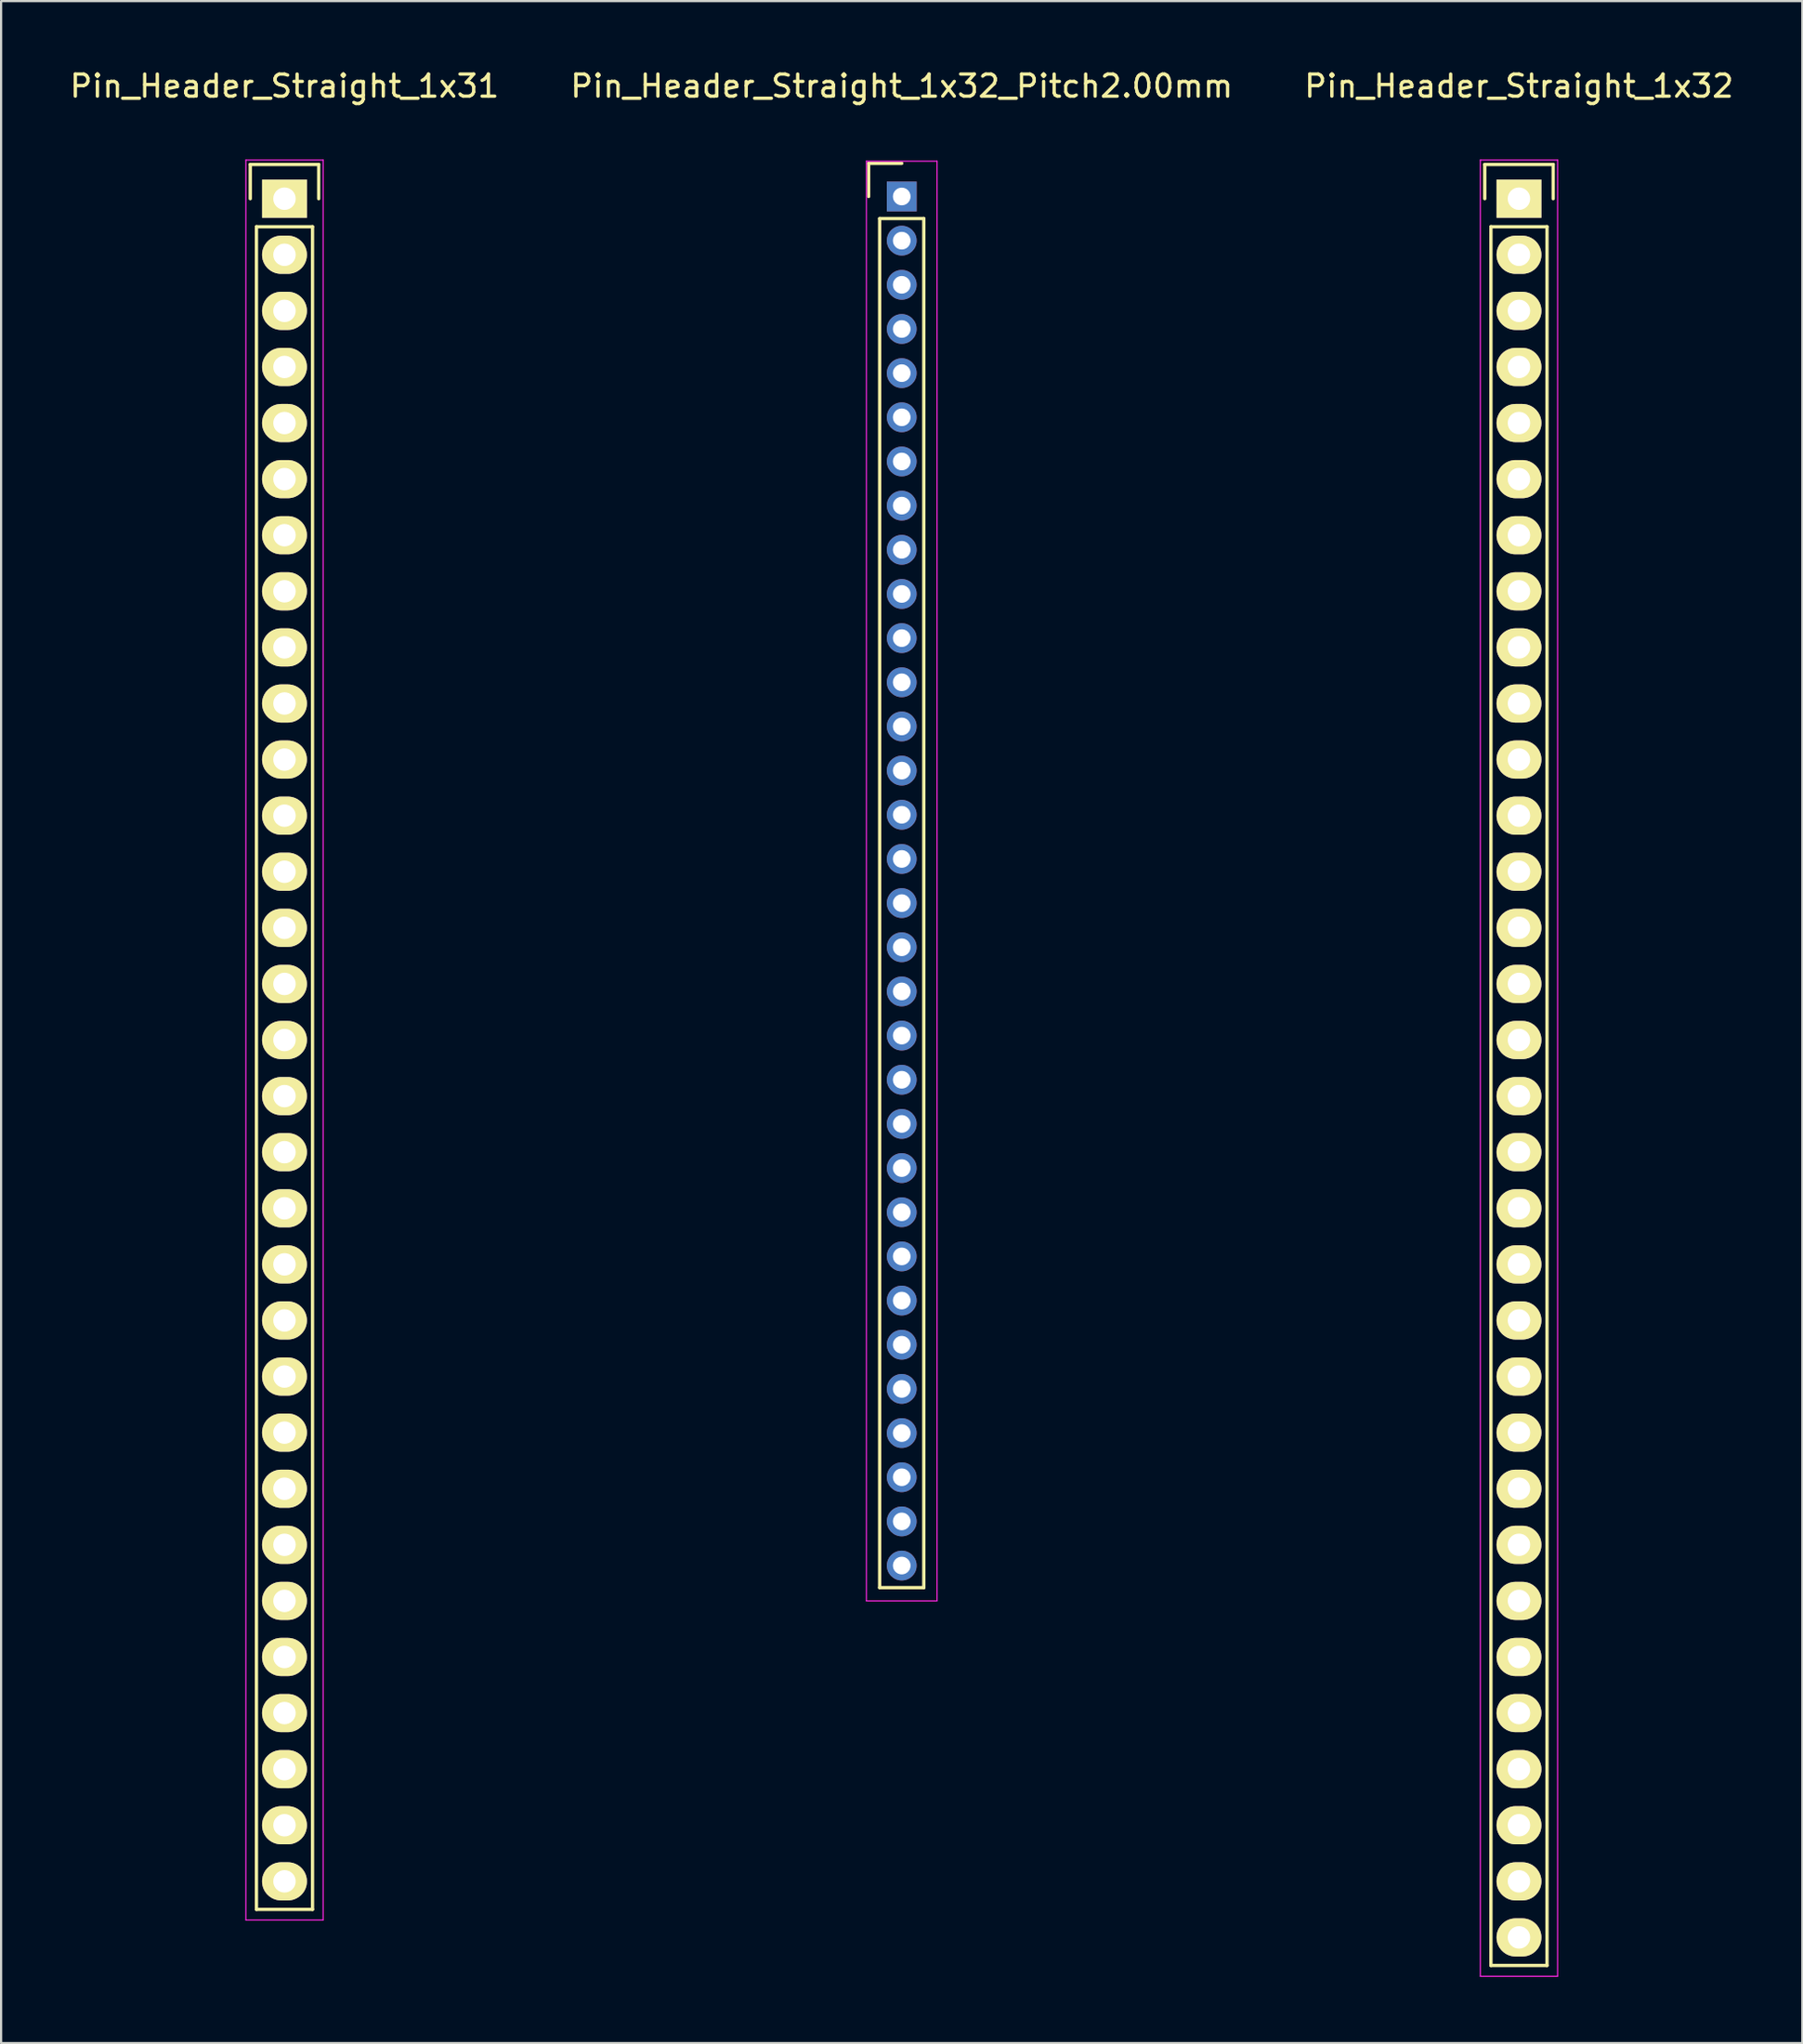
<source format=kicad_pcb>
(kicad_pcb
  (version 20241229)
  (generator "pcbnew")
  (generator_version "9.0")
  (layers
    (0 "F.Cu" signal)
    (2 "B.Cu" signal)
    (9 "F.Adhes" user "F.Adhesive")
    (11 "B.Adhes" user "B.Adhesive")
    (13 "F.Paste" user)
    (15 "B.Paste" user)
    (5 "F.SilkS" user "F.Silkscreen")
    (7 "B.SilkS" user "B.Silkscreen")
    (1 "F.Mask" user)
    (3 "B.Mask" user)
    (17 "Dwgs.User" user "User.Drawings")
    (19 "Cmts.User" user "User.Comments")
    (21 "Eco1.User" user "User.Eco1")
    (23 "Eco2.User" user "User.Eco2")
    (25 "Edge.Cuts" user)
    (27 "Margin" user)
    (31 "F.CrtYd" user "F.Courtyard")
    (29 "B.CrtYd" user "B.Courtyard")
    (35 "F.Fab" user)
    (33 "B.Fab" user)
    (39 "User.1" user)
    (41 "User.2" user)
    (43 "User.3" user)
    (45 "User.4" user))
  (footprint "Pin_Header_Straight_1x31"
    (layer "F.Cu")
    (at 9.839 5.948)
    (property "Reference" "Pin_Header_Straight_1x31" (at 0 -5.1 0) (layer "F.SilkS") (effects (font (size 1 1) (thickness 0.15))))
    (attr through_hole)
    (fp_line (start -1.55 -1.55) (end 1.55 -1.55) (stroke (width 0.15) (type solid)) (layer "F.SilkS"))
    (fp_line (start -1.55 0) (end -1.55 -1.55) (stroke (width 0.15) (type solid)) (layer "F.SilkS"))
    (fp_line (start -1.27 1.27) (end -1.27 77.47) (stroke (width 0.15) (type solid)) (layer "F.SilkS"))
    (fp_line (start -1.27 77.47) (end 1.27 77.47) (stroke (width 0.15) (type solid)) (layer "F.SilkS"))
    (fp_line (start 1.27 1.27) (end -1.27 1.27) (stroke (width 0.15) (type solid)) (layer "F.SilkS"))
    (fp_line (start 1.27 77.47) (end 1.27 1.27) (stroke (width 0.15) (type solid)) (layer "F.SilkS"))
    (fp_line (start 1.55 -1.55) (end 1.55 0) (stroke (width 0.15) (type solid)) (layer "F.SilkS"))
    (fp_line (start -1.75 -1.75) (end -1.75 77.95) (stroke (width 0.05) (type solid)) (layer "F.CrtYd"))
    (fp_line (start -1.75 -1.75) (end 1.75 -1.75) (stroke (width 0.05) (type solid)) (layer "F.CrtYd"))
    (fp_line (start -1.75 77.95) (end 1.75 77.95) (stroke (width 0.05) (type solid)) (layer "F.CrtYd"))
    (fp_line (start 1.75 -1.75) (end 1.75 77.95) (stroke (width 0.05) (type solid)) (layer "F.CrtYd"))
    (pad "1" thru_hole rect (at 0 0) (size 2.032 1.727) (drill 1.016) (layers "*.Cu" "*.Mask" "F.SilkS"))
    (pad "2" thru_hole oval (at 0 2.54) (size 2.032 1.727) (drill 1.016) (layers "*.Cu" "*.Mask" "F.SilkS"))
    (pad "3" thru_hole oval (at 0 5.08) (size 2.032 1.727) (drill 1.016) (layers "*.Cu" "*.Mask" "F.SilkS"))
    (pad "4" thru_hole oval (at 0 7.62) (size 2.032 1.727) (drill 1.016) (layers "*.Cu" "*.Mask" "F.SilkS"))
    (pad "5" thru_hole oval (at 0 10.16) (size 2.032 1.727) (drill 1.016) (layers "*.Cu" "*.Mask" "F.SilkS"))
    (pad "6" thru_hole oval (at 0 12.7) (size 2.032 1.727) (drill 1.016) (layers "*.Cu" "*.Mask" "F.SilkS"))
    (pad "7" thru_hole oval (at 0 15.24) (size 2.032 1.727) (drill 1.016) (layers "*.Cu" "*.Mask" "F.SilkS"))
    (pad "8" thru_hole oval (at 0 17.78) (size 2.032 1.727) (drill 1.016) (layers "*.Cu" "*.Mask" "F.SilkS"))
    (pad "9" thru_hole oval (at 0 20.32) (size 2.032 1.727) (drill 1.016) (layers "*.Cu" "*.Mask" "F.SilkS"))
    (pad "10" thru_hole oval (at 0 22.86) (size 2.032 1.727) (drill 1.016) (layers "*.Cu" "*.Mask" "F.SilkS"))
    (pad "11" thru_hole oval (at 0 25.4) (size 2.032 1.727) (drill 1.016) (layers "*.Cu" "*.Mask" "F.SilkS"))
    (pad "12" thru_hole oval (at 0 27.94) (size 2.032 1.727) (drill 1.016) (layers "*.Cu" "*.Mask" "F.SilkS"))
    (pad "13" thru_hole oval (at 0 30.48) (size 2.032 1.727) (drill 1.016) (layers "*.Cu" "*.Mask" "F.SilkS"))
    (pad "14" thru_hole oval (at 0 33.02) (size 2.032 1.727) (drill 1.016) (layers "*.Cu" "*.Mask" "F.SilkS"))
    (pad "15" thru_hole oval (at 0 35.56) (size 2.032 1.727) (drill 1.016) (layers "*.Cu" "*.Mask" "F.SilkS"))
    (pad "16" thru_hole oval (at 0 38.1) (size 2.032 1.727) (drill 1.016) (layers "*.Cu" "*.Mask" "F.SilkS"))
    (pad "17" thru_hole oval (at 0 40.64) (size 2.032 1.727) (drill 1.016) (layers "*.Cu" "*.Mask" "F.SilkS"))
    (pad "18" thru_hole oval (at 0 43.18) (size 2.032 1.727) (drill 1.016) (layers "*.Cu" "*.Mask" "F.SilkS"))
    (pad "19" thru_hole oval (at 0 45.72) (size 2.032 1.727) (drill 1.016) (layers "*.Cu" "*.Mask" "F.SilkS"))
    (pad "20" thru_hole oval (at 0 48.26) (size 2.032 1.727) (drill 1.016) (layers "*.Cu" "*.Mask" "F.SilkS"))
    (pad "21" thru_hole oval (at 0 50.8) (size 2.032 1.727) (drill 1.016) (layers "*.Cu" "*.Mask" "F.SilkS"))
    (pad "22" thru_hole oval (at 0 53.34) (size 2.032 1.727) (drill 1.016) (layers "*.Cu" "*.Mask" "F.SilkS"))
    (pad "23" thru_hole oval (at 0 55.88) (size 2.032 1.727) (drill 1.016) (layers "*.Cu" "*.Mask" "F.SilkS"))
    (pad "24" thru_hole oval (at 0 58.42) (size 2.032 1.727) (drill 1.016) (layers "*.Cu" "*.Mask" "F.SilkS"))
    (pad "25" thru_hole oval (at 0 60.96) (size 2.032 1.727) (drill 1.016) (layers "*.Cu" "*.Mask" "F.SilkS"))
    (pad "26" thru_hole oval (at 0 63.5) (size 2.032 1.727) (drill 1.016) (layers "*.Cu" "*.Mask" "F.SilkS"))
    (pad "27" thru_hole oval (at 0 66.04) (size 2.032 1.727) (drill 1.016) (layers "*.Cu" "*.Mask" "F.SilkS"))
    (pad "28" thru_hole oval (at 0 68.58) (size 2.032 1.727) (drill 1.016) (layers "*.Cu" "*.Mask" "F.SilkS"))
    (pad "29" thru_hole oval (at 0 71.12) (size 2.032 1.727) (drill 1.016) (layers "*.Cu" "*.Mask" "F.SilkS"))
    (pad "30" thru_hole oval (at 0 73.66) (size 2.032 1.727) (drill 1.016) (layers "*.Cu" "*.Mask" "F.SilkS"))
    (pad "31" thru_hole oval (at 0 76.2) (size 2.032 1.727) (drill 1.016) (layers "*.Cu" "*.Mask" "F.SilkS")))
  (footprint "Pin_Header_Straight_1x32_Pitch2.00mm"
    (layer "F.Cu")
    (at 37.804 5.848)
    (property "Reference" "Pin_Header_Straight_1x32_Pitch2.00mm" (at 0 -5 0) (layer "F.SilkS") (effects (font (size 1 1) (thickness 0.15))))
    (attr through_hole)
    (fp_line (start -1.5 -1.5) (end 0 -1.5) (stroke (width 0.15) (type solid)) (layer "F.SilkS"))
    (fp_line (start -1.5 0) (end -1.5 -1.5) (stroke (width 0.15) (type solid)) (layer "F.SilkS"))
    (fp_line (start -1 1) (end 1 1) (stroke (width 0.15) (type solid)) (layer "F.SilkS"))
    (fp_line (start -1 63) (end -1 1) (stroke (width 0.15) (type solid)) (layer "F.SilkS"))
    (fp_line (start 1 1) (end 1 63) (stroke (width 0.15) (type solid)) (layer "F.SilkS"))
    (fp_line (start 1 63) (end -1 63) (stroke (width 0.15) (type solid)) (layer "F.SilkS"))
    (fp_line (start -1.6 -1.6) (end 1.6 -1.6) (stroke (width 0.05) (type solid)) (layer "F.CrtYd"))
    (fp_line (start -1.6 63.6) (end -1.6 -1.6) (stroke (width 0.05) (type solid)) (layer "F.CrtYd"))
    (fp_line (start 1.6 -1.6) (end 1.6 63.6) (stroke (width 0.05) (type solid)) (layer "F.CrtYd"))
    (fp_line (start 1.6 63.6) (end -1.6 63.6) (stroke (width 0.05) (type solid)) (layer "F.CrtYd"))
    (pad "1" thru_hole rect (at 0 0) (size 1.35 1.35) (drill 0.8) (layers "*.Cu" "*.Mask"))
    (pad "2" thru_hole circle (at 0 2) (size 1.35 1.35) (drill 0.8) (layers "*.Cu" "*.Mask"))
    (pad "3" thru_hole circle (at 0 4) (size 1.35 1.35) (drill 0.8) (layers "*.Cu" "*.Mask"))
    (pad "4" thru_hole circle (at 0 6) (size 1.35 1.35) (drill 0.8) (layers "*.Cu" "*.Mask"))
    (pad "5" thru_hole circle (at 0 8) (size 1.35 1.35) (drill 0.8) (layers "*.Cu" "*.Mask"))
    (pad "6" thru_hole circle (at 0 10) (size 1.35 1.35) (drill 0.8) (layers "*.Cu" "*.Mask"))
    (pad "7" thru_hole circle (at 0 12) (size 1.35 1.35) (drill 0.8) (layers "*.Cu" "*.Mask"))
    (pad "8" thru_hole circle (at 0 14) (size 1.35 1.35) (drill 0.8) (layers "*.Cu" "*.Mask"))
    (pad "9" thru_hole circle (at 0 16) (size 1.35 1.35) (drill 0.8) (layers "*.Cu" "*.Mask"))
    (pad "10" thru_hole circle (at 0 18) (size 1.35 1.35) (drill 0.8) (layers "*.Cu" "*.Mask"))
    (pad "11" thru_hole circle (at 0 20) (size 1.35 1.35) (drill 0.8) (layers "*.Cu" "*.Mask"))
    (pad "12" thru_hole circle (at 0 22) (size 1.35 1.35) (drill 0.8) (layers "*.Cu" "*.Mask"))
    (pad "13" thru_hole circle (at 0 24) (size 1.35 1.35) (drill 0.8) (layers "*.Cu" "*.Mask"))
    (pad "14" thru_hole circle (at 0 26) (size 1.35 1.35) (drill 0.8) (layers "*.Cu" "*.Mask"))
    (pad "15" thru_hole circle (at 0 28) (size 1.35 1.35) (drill 0.8) (layers "*.Cu" "*.Mask"))
    (pad "16" thru_hole circle (at 0 30) (size 1.35 1.35) (drill 0.8) (layers "*.Cu" "*.Mask"))
    (pad "17" thru_hole circle (at 0 32) (size 1.35 1.35) (drill 0.8) (layers "*.Cu" "*.Mask"))
    (pad "18" thru_hole circle (at 0 34) (size 1.35 1.35) (drill 0.8) (layers "*.Cu" "*.Mask"))
    (pad "19" thru_hole circle (at 0 36) (size 1.35 1.35) (drill 0.8) (layers "*.Cu" "*.Mask"))
    (pad "20" thru_hole circle (at 0 38) (size 1.35 1.35) (drill 0.8) (layers "*.Cu" "*.Mask"))
    (pad "21" thru_hole circle (at 0 40) (size 1.35 1.35) (drill 0.8) (layers "*.Cu" "*.Mask"))
    (pad "22" thru_hole circle (at 0 42) (size 1.35 1.35) (drill 0.8) (layers "*.Cu" "*.Mask"))
    (pad "23" thru_hole circle (at 0 44) (size 1.35 1.35) (drill 0.8) (layers "*.Cu" "*.Mask"))
    (pad "24" thru_hole circle (at 0 46) (size 1.35 1.35) (drill 0.8) (layers "*.Cu" "*.Mask"))
    (pad "25" thru_hole circle (at 0 48) (size 1.35 1.35) (drill 0.8) (layers "*.Cu" "*.Mask"))
    (pad "26" thru_hole circle (at 0 50) (size 1.35 1.35) (drill 0.8) (layers "*.Cu" "*.Mask"))
    (pad "27" thru_hole circle (at 0 52) (size 1.35 1.35) (drill 0.8) (layers "*.Cu" "*.Mask"))
    (pad "28" thru_hole circle (at 0 54) (size 1.35 1.35) (drill 0.8) (layers "*.Cu" "*.Mask"))
    (pad "29" thru_hole circle (at 0 56) (size 1.35 1.35) (drill 0.8) (layers "*.Cu" "*.Mask"))
    (pad "30" thru_hole circle (at 0 58) (size 1.35 1.35) (drill 0.8) (layers "*.Cu" "*.Mask"))
    (pad "31" thru_hole circle (at 0 60) (size 1.35 1.35) (drill 0.8) (layers "*.Cu" "*.Mask"))
    (pad "32" thru_hole circle (at 0 62) (size 1.35 1.35) (drill 0.8) (layers "*.Cu" "*.Mask")))
  (footprint "Pin_Header_Straight_1x32"
    (layer "F.Cu")
    (at 65.768 5.948)
    (property "Reference" "Pin_Header_Straight_1x32" (at 0 -5.1 0) (layer "F.SilkS") (effects (font (size 1 1) (thickness 0.15))))
    (attr through_hole)
    (fp_line (start -1.55 -1.55) (end 1.55 -1.55) (stroke (width 0.15) (type solid)) (layer "F.SilkS"))
    (fp_line (start -1.55 0) (end -1.55 -1.55) (stroke (width 0.15) (type solid)) (layer "F.SilkS"))
    (fp_line (start -1.27 1.27) (end -1.27 80.01) (stroke (width 0.15) (type solid)) (layer "F.SilkS"))
    (fp_line (start -1.27 80.01) (end 1.27 80.01) (stroke (width 0.15) (type solid)) (layer "F.SilkS"))
    (fp_line (start 1.27 1.27) (end -1.27 1.27) (stroke (width 0.15) (type solid)) (layer "F.SilkS"))
    (fp_line (start 1.27 80.01) (end 1.27 1.27) (stroke (width 0.15) (type solid)) (layer "F.SilkS"))
    (fp_line (start 1.55 -1.55) (end 1.55 0) (stroke (width 0.15) (type solid)) (layer "F.SilkS"))
    (fp_line (start -1.75 -1.75) (end -1.75 80.5) (stroke (width 0.05) (type solid)) (layer "F.CrtYd"))
    (fp_line (start -1.75 -1.75) (end 1.75 -1.75) (stroke (width 0.05) (type solid)) (layer "F.CrtYd"))
    (fp_line (start -1.75 80.5) (end 1.75 80.5) (stroke (width 0.05) (type solid)) (layer "F.CrtYd"))
    (fp_line (start 1.75 -1.75) (end 1.75 80.5) (stroke (width 0.05) (type solid)) (layer "F.CrtYd"))
    (pad "1" thru_hole rect (at 0 0) (size 2.032 1.727) (drill 1.016) (layers "*.Cu" "*.Mask" "F.SilkS"))
    (pad "2" thru_hole oval (at 0 2.54) (size 2.032 1.727) (drill 1.016) (layers "*.Cu" "*.Mask" "F.SilkS"))
    (pad "3" thru_hole oval (at 0 5.08) (size 2.032 1.727) (drill 1.016) (layers "*.Cu" "*.Mask" "F.SilkS"))
    (pad "4" thru_hole oval (at 0 7.62) (size 2.032 1.727) (drill 1.016) (layers "*.Cu" "*.Mask" "F.SilkS"))
    (pad "5" thru_hole oval (at 0 10.16) (size 2.032 1.727) (drill 1.016) (layers "*.Cu" "*.Mask" "F.SilkS"))
    (pad "6" thru_hole oval (at 0 12.7) (size 2.032 1.727) (drill 1.016) (layers "*.Cu" "*.Mask" "F.SilkS"))
    (pad "7" thru_hole oval (at 0 15.24) (size 2.032 1.727) (drill 1.016) (layers "*.Cu" "*.Mask" "F.SilkS"))
    (pad "8" thru_hole oval (at 0 17.78) (size 2.032 1.727) (drill 1.016) (layers "*.Cu" "*.Mask" "F.SilkS"))
    (pad "9" thru_hole oval (at 0 20.32) (size 2.032 1.727) (drill 1.016) (layers "*.Cu" "*.Mask" "F.SilkS"))
    (pad "10" thru_hole oval (at 0 22.86) (size 2.032 1.727) (drill 1.016) (layers "*.Cu" "*.Mask" "F.SilkS"))
    (pad "11" thru_hole oval (at 0 25.4) (size 2.032 1.727) (drill 1.016) (layers "*.Cu" "*.Mask" "F.SilkS"))
    (pad "12" thru_hole oval (at 0 27.94) (size 2.032 1.727) (drill 1.016) (layers "*.Cu" "*.Mask" "F.SilkS"))
    (pad "13" thru_hole oval (at 0 30.48) (size 2.032 1.727) (drill 1.016) (layers "*.Cu" "*.Mask" "F.SilkS"))
    (pad "14" thru_hole oval (at 0 33.02) (size 2.032 1.727) (drill 1.016) (layers "*.Cu" "*.Mask" "F.SilkS"))
    (pad "15" thru_hole oval (at 0 35.56) (size 2.032 1.727) (drill 1.016) (layers "*.Cu" "*.Mask" "F.SilkS"))
    (pad "16" thru_hole oval (at 0 38.1) (size 2.032 1.727) (drill 1.016) (layers "*.Cu" "*.Mask" "F.SilkS"))
    (pad "17" thru_hole oval (at 0 40.64) (size 2.032 1.727) (drill 1.016) (layers "*.Cu" "*.Mask" "F.SilkS"))
    (pad "18" thru_hole oval (at 0 43.18) (size 2.032 1.727) (drill 1.016) (layers "*.Cu" "*.Mask" "F.SilkS"))
    (pad "19" thru_hole oval (at 0 45.72) (size 2.032 1.727) (drill 1.016) (layers "*.Cu" "*.Mask" "F.SilkS"))
    (pad "20" thru_hole oval (at 0 48.26) (size 2.032 1.727) (drill 1.016) (layers "*.Cu" "*.Mask" "F.SilkS"))
    (pad "21" thru_hole oval (at 0 50.8) (size 2.032 1.727) (drill 1.016) (layers "*.Cu" "*.Mask" "F.SilkS"))
    (pad "22" thru_hole oval (at 0 53.34) (size 2.032 1.727) (drill 1.016) (layers "*.Cu" "*.Mask" "F.SilkS"))
    (pad "23" thru_hole oval (at 0 55.88) (size 2.032 1.727) (drill 1.016) (layers "*.Cu" "*.Mask" "F.SilkS"))
    (pad "24" thru_hole oval (at 0 58.42) (size 2.032 1.727) (drill 1.016) (layers "*.Cu" "*.Mask" "F.SilkS"))
    (pad "25" thru_hole oval (at 0 60.96) (size 2.032 1.727) (drill 1.016) (layers "*.Cu" "*.Mask" "F.SilkS"))
    (pad "26" thru_hole oval (at 0 63.5) (size 2.032 1.727) (drill 1.016) (layers "*.Cu" "*.Mask" "F.SilkS"))
    (pad "27" thru_hole oval (at 0 66.04) (size 2.032 1.727) (drill 1.016) (layers "*.Cu" "*.Mask" "F.SilkS"))
    (pad "28" thru_hole oval (at 0 68.58) (size 2.032 1.727) (drill 1.016) (layers "*.Cu" "*.Mask" "F.SilkS"))
    (pad "29" thru_hole oval (at 0 71.12) (size 2.032 1.727) (drill 1.016) (layers "*.Cu" "*.Mask" "F.SilkS"))
    (pad "30" thru_hole oval (at 0 73.66) (size 2.032 1.727) (drill 1.016) (layers "*.Cu" "*.Mask" "F.SilkS"))
    (pad "31" thru_hole oval (at 0 76.2) (size 2.032 1.727) (drill 1.016) (layers "*.Cu" "*.Mask" "F.SilkS"))
    (pad "32" thru_hole oval (at 0 78.74) (size 2.032 1.727) (drill 1.016) (layers "*.Cu" "*.Mask" "F.SilkS")))
  (gr_rect
    (start -3 -3)
    (end 78.607 89.473)
    (stroke (width 0.1) (type default))
    (fill no)
    (layer "Edge.Cuts")))
</source>
